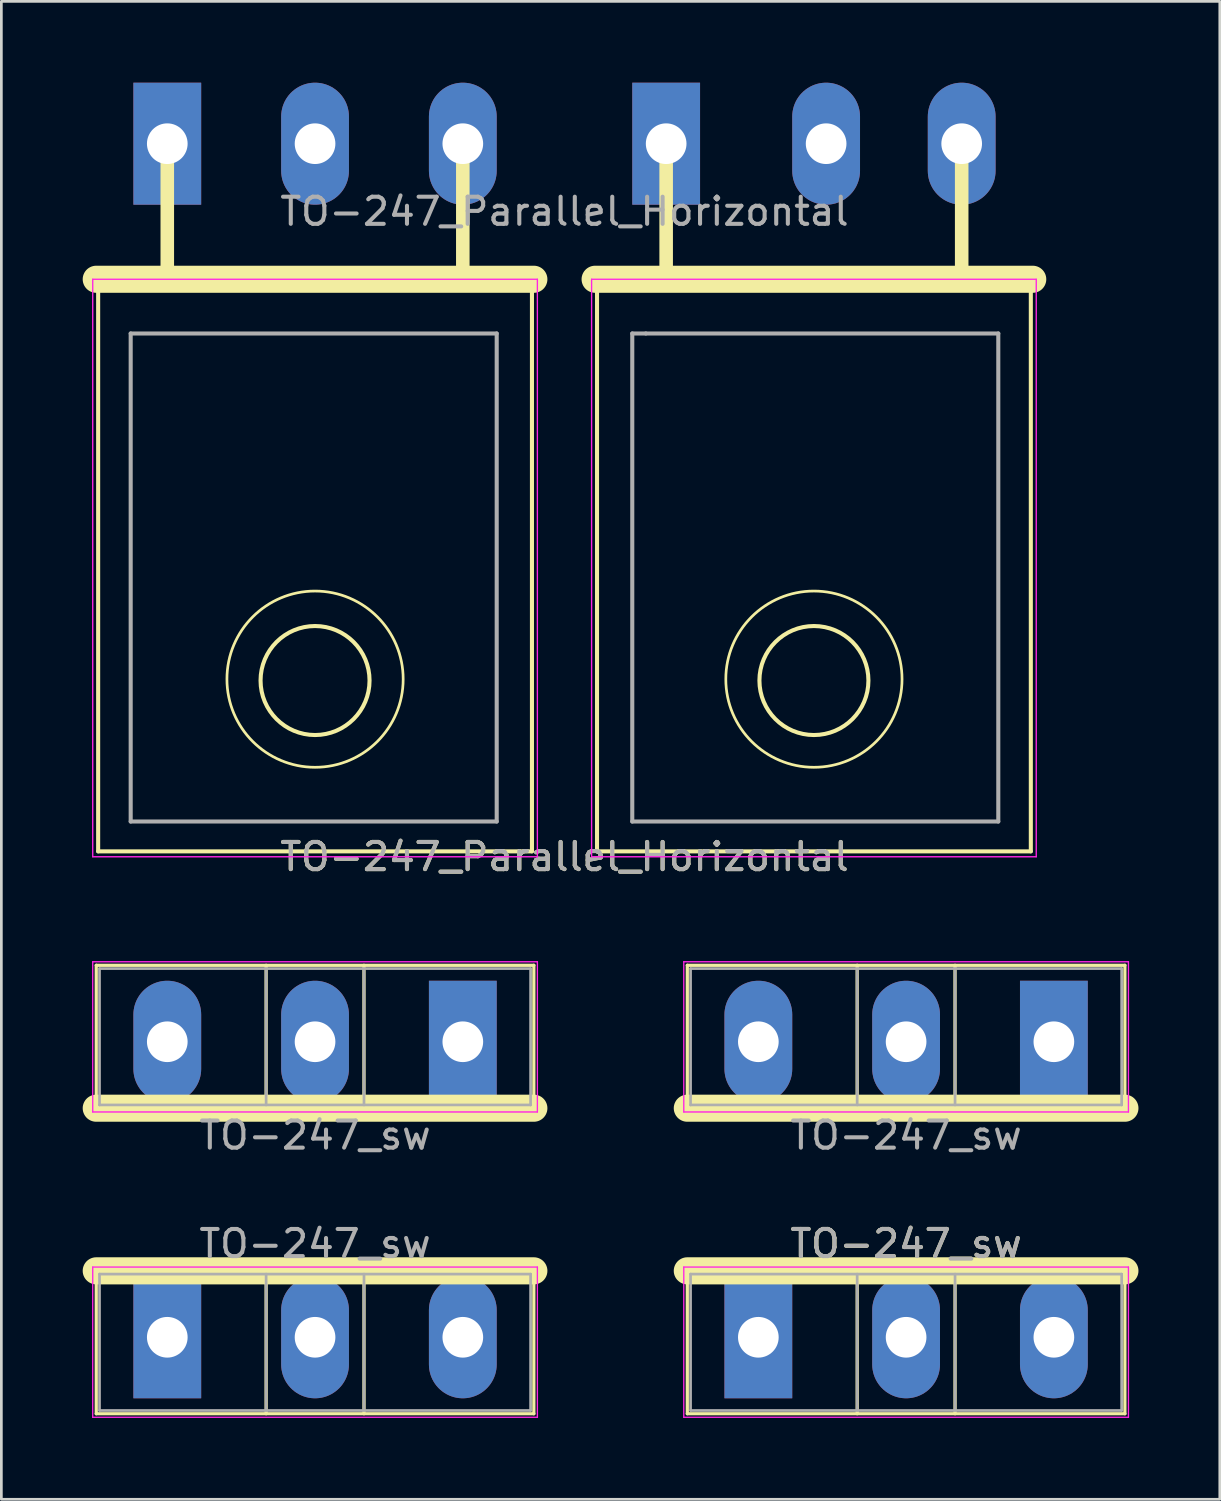
<source format=kicad_pcb>
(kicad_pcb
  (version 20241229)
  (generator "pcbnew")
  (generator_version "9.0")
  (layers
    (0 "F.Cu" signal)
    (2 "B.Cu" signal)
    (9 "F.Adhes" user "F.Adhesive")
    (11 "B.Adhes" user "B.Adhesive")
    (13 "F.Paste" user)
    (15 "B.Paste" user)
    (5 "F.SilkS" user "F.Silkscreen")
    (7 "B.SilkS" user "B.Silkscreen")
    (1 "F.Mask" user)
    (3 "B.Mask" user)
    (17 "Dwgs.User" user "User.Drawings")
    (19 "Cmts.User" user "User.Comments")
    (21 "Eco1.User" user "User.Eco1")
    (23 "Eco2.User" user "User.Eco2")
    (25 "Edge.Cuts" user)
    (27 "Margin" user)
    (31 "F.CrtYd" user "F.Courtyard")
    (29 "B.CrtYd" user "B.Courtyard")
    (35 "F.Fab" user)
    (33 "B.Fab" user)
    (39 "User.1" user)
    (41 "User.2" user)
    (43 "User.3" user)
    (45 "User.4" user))
  (footprint "TO-247_sw"
    (layer "F.Cu")
    (at 19.47 40.823)
    (property "Reference" "TO-247_sw" (at 10.9 2 0) (layer "F.SilkS") (effects (font (size 1 1) (thickness 0.15))))
    (attr through_hole)
    (fp_line (start -18.97 -2.999) (end -18.97 -8.27) (stroke (width 0.12) (type solid)) (layer "F.SilkS"))
    (fp_line (start -18.97 2.999) (end -18.97 8.27) (stroke (width 0.12) (type solid)) (layer "F.SilkS"))
    (fp_line (start -18.97 2.999) (end -2.83 2.999) (stroke (width 1) (type solid)) (layer "F.SilkS"))
    (fp_line (start -18.97 8.27) (end -2.83 8.27) (stroke (width 0.12) (type solid)) (layer "F.SilkS"))
    (fp_line (start -12.705 -2.999) (end -12.705 -8.27) (stroke (width 0.12) (type solid)) (layer "F.SilkS"))
    (fp_line (start -12.704 2.999) (end -12.704 8.27) (stroke (width 0.12) (type solid)) (layer "F.SilkS"))
    (fp_line (start -9.096 -2.999) (end -9.096 -8.27) (stroke (width 0.12) (type solid)) (layer "F.SilkS"))
    (fp_line (start -9.095 2.999) (end -9.095 8.27) (stroke (width 0.12) (type solid)) (layer "F.SilkS"))
    (fp_line (start -2.83 -8.27) (end -18.97 -8.27) (stroke (width 0.12) (type solid)) (layer "F.SilkS"))
    (fp_line (start -2.83 -2.999) (end -18.97 -2.999) (stroke (width 1) (type solid)) (layer "F.SilkS"))
    (fp_line (start -2.83 -2.999) (end -2.83 -8.27) (stroke (width 0.12) (type solid)) (layer "F.SilkS"))
    (fp_line (start -2.83 2.999) (end -2.83 8.27) (stroke (width 0.12) (type solid)) (layer "F.SilkS"))
    (fp_line (start 2.83 -2.999) (end 2.83 -8.27) (stroke (width 0.12) (type solid)) (layer "F.SilkS"))
    (fp_line (start 2.83 2.999) (end 2.83 8.27) (stroke (width 0.12) (type solid)) (layer "F.SilkS"))
    (fp_line (start 2.83 2.999) (end 18.97 2.999) (stroke (width 1) (type solid)) (layer "F.SilkS"))
    (fp_line (start 2.83 8.27) (end 18.97 8.27) (stroke (width 0.12) (type solid)) (layer "F.SilkS"))
    (fp_line (start 9.095 -2.999) (end 9.095 -8.27) (stroke (width 0.12) (type solid)) (layer "F.SilkS"))
    (fp_line (start 9.096 2.999) (end 9.096 8.27) (stroke (width 0.12) (type solid)) (layer "F.SilkS"))
    (fp_line (start 12.704 -2.999) (end 12.704 -8.27) (stroke (width 0.12) (type solid)) (layer "F.SilkS"))
    (fp_line (start 12.705 2.999) (end 12.705 8.27) (stroke (width 0.12) (type solid)) (layer "F.SilkS"))
    (fp_line (start 18.97 -8.27) (end 2.83 -8.27) (stroke (width 0.12) (type solid)) (layer "F.SilkS"))
    (fp_line (start 18.97 -2.999) (end 2.83 -2.999) (stroke (width 1) (type solid)) (layer "F.SilkS"))
    (fp_line (start 18.97 -2.999) (end 18.97 -8.27) (stroke (width 0.12) (type solid)) (layer "F.SilkS"))
    (fp_line (start 18.97 2.999) (end 18.97 8.27) (stroke (width 0.12) (type solid)) (layer "F.SilkS"))
    (fp_line (start -19.1 -8.4) (end -19.1 -2.86) (stroke (width 0.05) (type solid)) (layer "F.CrtYd"))
    (fp_line (start -19.1 -2.86) (end -2.7 -2.86) (stroke (width 0.05) (type solid)) (layer "F.CrtYd"))
    (fp_line (start -19.1 2.86) (end -19.1 8.4) (stroke (width 0.05) (type solid)) (layer "F.CrtYd"))
    (fp_line (start -19.1 8.4) (end -2.7 8.4) (stroke (width 0.05) (type solid)) (layer "F.CrtYd"))
    (fp_line (start -2.7 -8.4) (end -19.1 -8.4) (stroke (width 0.05) (type solid)) (layer "F.CrtYd"))
    (fp_line (start -2.7 -2.86) (end -2.7 -8.4) (stroke (width 0.05) (type solid)) (layer "F.CrtYd"))
    (fp_line (start -2.7 2.86) (end -19.1 2.86) (stroke (width 0.05) (type solid)) (layer "F.CrtYd"))
    (fp_line (start -2.7 8.4) (end -2.7 2.86) (stroke (width 0.05) (type solid)) (layer "F.CrtYd"))
    (fp_line (start 2.7 -8.4) (end 2.7 -2.86) (stroke (width 0.05) (type solid)) (layer "F.CrtYd"))
    (fp_line (start 2.7 -2.86) (end 19.1 -2.86) (stroke (width 0.05) (type solid)) (layer "F.CrtYd"))
    (fp_line (start 2.7 2.86) (end 2.7 8.4) (stroke (width 0.05) (type solid)) (layer "F.CrtYd"))
    (fp_line (start 2.7 8.4) (end 19.1 8.4) (stroke (width 0.05) (type solid)) (layer "F.CrtYd"))
    (fp_line (start 19.1 -8.4) (end 2.7 -8.4) (stroke (width 0.05) (type solid)) (layer "F.CrtYd"))
    (fp_line (start 19.1 -2.86) (end 19.1 -8.4) (stroke (width 0.05) (type solid)) (layer "F.CrtYd"))
    (fp_line (start 19.1 2.86) (end 2.7 2.86) (stroke (width 0.05) (type solid)) (layer "F.CrtYd"))
    (fp_line (start 19.1 8.4) (end 19.1 2.86) (stroke (width 0.05) (type solid)) (layer "F.CrtYd"))
    (fp_line (start -18.85 -8.15) (end -18.85 -3.12) (stroke (width 0.1) (type solid)) (layer "F.Fab"))
    (fp_line (start -18.85 -3.12) (end -2.95 -3.12) (stroke (width 0.1) (type solid)) (layer "F.Fab"))
    (fp_line (start -18.85 3.12) (end -18.85 8.15) (stroke (width 0.1) (type solid)) (layer "F.Fab"))
    (fp_line (start -18.85 8.15) (end -2.95 8.15) (stroke (width 0.1) (type solid)) (layer "F.Fab"))
    (fp_line (start -12.705 -3.12) (end -12.705 -8.15) (stroke (width 0.1) (type solid)) (layer "F.Fab"))
    (fp_line (start -12.705 3.12) (end -12.705 8.15) (stroke (width 0.1) (type solid)) (layer "F.Fab"))
    (fp_line (start -9.095 -3.12) (end -9.095 -8.15) (stroke (width 0.1) (type solid)) (layer "F.Fab"))
    (fp_line (start -9.095 3.12) (end -9.095 8.15) (stroke (width 0.1) (type solid)) (layer "F.Fab"))
    (fp_line (start -2.95 -8.15) (end -18.85 -8.15) (stroke (width 0.1) (type solid)) (layer "F.Fab"))
    (fp_line (start -2.95 -3.12) (end -2.95 -8.15) (stroke (width 0.1) (type solid)) (layer "F.Fab"))
    (fp_line (start -2.95 3.12) (end -18.85 3.12) (stroke (width 0.1) (type solid)) (layer "F.Fab"))
    (fp_line (start -2.95 8.15) (end -2.95 3.12) (stroke (width 0.1) (type solid)) (layer "F.Fab"))
    (fp_line (start 2.95 -8.15) (end 2.95 -3.12) (stroke (width 0.1) (type solid)) (layer "F.Fab"))
    (fp_line (start 2.95 -3.12) (end 18.85 -3.12) (stroke (width 0.1) (type solid)) (layer "F.Fab"))
    (fp_line (start 2.95 3.12) (end 2.95 8.15) (stroke (width 0.1) (type solid)) (layer "F.Fab"))
    (fp_line (start 2.95 8.15) (end 18.85 8.15) (stroke (width 0.1) (type solid)) (layer "F.Fab"))
    (fp_line (start 9.095 -3.12) (end 9.095 -8.15) (stroke (width 0.1) (type solid)) (layer "F.Fab"))
    (fp_line (start 9.095 3.12) (end 9.095 8.15) (stroke (width 0.1) (type solid)) (layer "F.Fab"))
    (fp_line (start 12.705 -3.12) (end 12.705 -8.15) (stroke (width 0.1) (type solid)) (layer "F.Fab"))
    (fp_line (start 12.705 3.12) (end 12.705 8.15) (stroke (width 0.1) (type solid)) (layer "F.Fab"))
    (fp_line (start 18.85 -8.15) (end 2.95 -8.15) (stroke (width 0.1) (type solid)) (layer "F.Fab"))
    (fp_line (start 18.85 -3.12) (end 18.85 -8.15) (stroke (width 0.1) (type solid)) (layer "F.Fab"))
    (fp_line (start 18.85 3.12) (end 2.95 3.12) (stroke (width 0.1) (type solid)) (layer "F.Fab"))
    (fp_line (start 18.85 8.15) (end 18.85 3.12) (stroke (width 0.1) (type solid)) (layer "F.Fab"))
    (fp_text user "${REFERENCE}" (at -10.9 -2 180) (layer "F.Fab") (effects (font (size 1 1) (thickness 0.15))))
    (fp_text user "${REFERENCE}" (at 10.9 -2 180) (layer "F.Fab") (effects (font (size 1 1) (thickness 0.15))))
    (fp_text user "${REFERENCE}" (at -10.9 2 0) (layer "F.Fab") (effects (font (size 1 1) (thickness 0.15))))
    (fp_text user "${REFERENCE}" (at 10.9 2 0) (layer "F.Fab") (effects (font (size 1 1) (thickness 0.15))))
    (pad "D" thru_hole oval (at -10.9 -5.45 180) (size 2.5 4.5) (drill 1.5) (layers "*.Cu" "*.Mask"))
    (pad "D" thru_hole oval (at -10.9 5.45) (size 2.5 4.5) (drill 1.5) (layers "*.Cu" "*.Mask"))
    (pad "D" thru_hole oval (at 10.9 -5.45 180) (size 2.5 4.5) (drill 1.5) (layers "*.Cu" "*.Mask"))
    (pad "D" thru_hole oval (at 10.9 5.45) (size 2.5 4.5) (drill 1.5) (layers "*.Cu" "*.Mask"))
    (pad "G1" thru_hole rect (at -16.35 5.45) (size 2.5 4.5) (drill 1.5) (layers "*.Cu" "*.Mask"))
    (pad "G1" thru_hole rect (at 16.35 -5.45 180) (size 2.5 4.5) (drill 1.5) (layers "*.Cu" "*.Mask"))
    (pad "G2" thru_hole rect (at -5.45 -5.45 180) (size 2.5 4.5) (drill 1.5) (layers "*.Cu" "*.Mask"))
    (pad "G2" thru_hole rect (at 5.45 5.45) (size 2.5 4.5) (drill 1.5) (layers "*.Cu" "*.Mask"))
    (pad "S1" thru_hole oval (at -16.35 -5.45 180) (size 2.5 4.5) (drill 1.5) (layers "*.Cu" "*.Mask"))
    (pad "S1" thru_hole oval (at -5.45 5.45) (size 2.5 4.5) (drill 1.5) (layers "*.Cu" "*.Mask"))
    (pad "S2" thru_hole oval (at 5.45 -5.45 180) (size 2.5 4.5) (drill 1.5) (layers "*.Cu" "*.Mask"))
    (pad "S2" thru_hole oval (at 16.35 5.45) (size 2.5 4.5) (drill 1.5) (layers "*.Cu" "*.Mask")))
  (footprint "TO-247_Parallel_Horizontal"
    (layer "F.Cu")
    (at 17.77 14.2)
    (property "Reference" "TO-247_Parallel_Horizontal" (at 0 14.35 0) (layer "F.SilkS") (effects (font (size 1 1) (thickness 0.15))))
    (attr through_hole)
    (fp_line (start -17.2 -6.95) (end -17.2 14.15) (stroke (width 0.15) (type solid)) (layer "F.SilkS"))
    (fp_line (start -14.65 -11.95) (end -14.65 -6.95) (stroke (width 0.5) (type solid)) (layer "F.SilkS"))
    (fp_line (start -3.75 -11.95) (end -3.75 -6.95) (stroke (width 0.5) (type solid)) (layer "F.SilkS"))
    (fp_line (start -1.2 -6.95) (end -1.2 14.15) (stroke (width 0.15) (type solid)) (layer "F.SilkS"))
    (fp_line (start -1.2 14.15) (end -17.2 14.15) (stroke (width 0.15) (type solid)) (layer "F.SilkS"))
    (fp_line (start -1.13 -6.95) (end -17.27 -6.95) (stroke (width 1) (type solid)) (layer "F.SilkS"))
    (fp_line (start 1.2 -6.95) (end 1.2 14.15) (stroke (width 0.15) (type solid)) (layer "F.SilkS"))
    (fp_line (start 3.75 -11.95) (end 3.75 -6.95) (stroke (width 0.5) (type solid)) (layer "F.SilkS"))
    (fp_line (start 14.65 -11.95) (end 14.65 -6.95) (stroke (width 0.5) (type solid)) (layer "F.SilkS"))
    (fp_line (start 17.2 -6.95) (end 17.2 14.15) (stroke (width 0.15) (type solid)) (layer "F.SilkS"))
    (fp_line (start 17.2 14.15) (end 1.2 14.15) (stroke (width 0.15) (type solid)) (layer "F.SilkS"))
    (fp_line (start 17.27 -6.95) (end 1.13 -6.95) (stroke (width 1) (type solid)) (layer "F.SilkS"))
    (fp_circle (center -9.2 7.8) (end -6.2 9.05) (stroke (width 0.1) (type solid)) (fill no) (layer "F.SilkS"))
    (fp_circle (center -9.2 7.85) (end -7.2 8.05) (stroke (width 0.15) (type solid)) (fill no) (layer "F.SilkS"))
    (fp_circle (center 9.2 7.8) (end 12.2 9.05) (stroke (width 0.1) (type solid)) (fill no) (layer "F.SilkS"))
    (fp_circle (center 9.2 7.85) (end 11.2 8.05) (stroke (width 0.15) (type solid)) (fill no) (layer "F.SilkS"))
    (fp_line (start -17.4 -6.95) (end -1 -6.95) (stroke (width 0.05) (type solid)) (layer "F.CrtYd"))
    (fp_line (start -17.4 14.35) (end -17.4 -6.95) (stroke (width 0.05) (type solid)) (layer "F.CrtYd"))
    (fp_line (start -1 -6.95) (end -1 14.35) (stroke (width 0.05) (type solid)) (layer "F.CrtYd"))
    (fp_line (start -1 14.35) (end -17.4 14.35) (stroke (width 0.05) (type solid)) (layer "F.CrtYd"))
    (fp_line (start 1 -6.95) (end 17.4 -6.95) (stroke (width 0.05) (type solid)) (layer "F.CrtYd"))
    (fp_line (start 1 14.35) (end 1 -6.95) (stroke (width 0.05) (type solid)) (layer "F.CrtYd"))
    (fp_line (start 17.4 -6.95) (end 17.4 14.35) (stroke (width 0.05) (type solid)) (layer "F.CrtYd"))
    (fp_line (start 17.4 14.35) (end 1 14.35) (stroke (width 0.05) (type solid)) (layer "F.CrtYd"))
    (fp_line (start -16 -4.95) (end -16 13.05) (stroke (width 0.15) (type solid)) (layer "F.Fab"))
    (fp_line (start -16 13.05) (end -2.5 13.05) (stroke (width 0.15) (type solid)) (layer "F.Fab"))
    (fp_line (start -2.5 -4.95) (end -16 -4.95) (stroke (width 0.15) (type solid)) (layer "F.Fab"))
    (fp_line (start -2.5 13.05) (end -2.5 -4.95) (stroke (width 0.15) (type solid)) (layer "F.Fab"))
    (fp_line (start 2.5 -4.95) (end 2.5 13.05) (stroke (width 0.15) (type solid)) (layer "F.Fab"))
    (fp_line (start 2.5 13.05) (end 16 13.05) (stroke (width 0.15) (type solid)) (layer "F.Fab"))
    (fp_line (start 3 -4.95) (end 2.5 -4.95) (stroke (width 0.15) (type solid)) (layer "F.Fab"))
    (fp_line (start 16 -4.95) (end 3 -4.95) (stroke (width 0.15) (type solid)) (layer "F.Fab"))
    (fp_line (start 16 13.05) (end 16 -4.95) (stroke (width 0.15) (type solid)) (layer "F.Fab"))
    (fp_text user "${REFERENCE}" (at 0 -9.45 0) (layer "F.Fab") (effects (font (size 1 1) (thickness 0.15))))
    (fp_text user "${REFERENCE}" (at 0 14.35 180) (layer "F.Fab") (effects (font (size 1 1) (thickness 0.15))))
    (pad "D" thru_hole oval (at -9.2 -11.95) (size 2.5 4.5) (drill 1.5) (layers "*.Cu" "*.Mask"))
    (pad "D" thru_hole oval (at 9.65 -11.95) (size 2.5 4.5) (drill 1.5) (layers "*.Cu" "*.Mask"))
    (pad "Ga" thru_hole rect (at -14.65 -11.95) (size 2.5 4.5) (drill 1.5) (layers "*.Cu" "*.Mask"))
    (pad "Gb" thru_hole rect (at 3.75 -11.95) (size 2.5 4.5) (drill 1.5) (layers "*.Cu" "*.Mask"))
    (pad "S" thru_hole oval (at -3.75 -11.95) (size 2.5 4.5) (drill 1.5) (layers "*.Cu" "*.Mask"))
    (pad "S" thru_hole oval (at 14.65 -11.95) (size 2.5 4.5) (drill 1.5) (layers "*.Cu" "*.Mask")))
  (gr_rect
    (start -3 -3)
    (end 41.94 52.248)
    (stroke (width 0.1) (type default))
    (fill no)
    (layer "Edge.Cuts")))
</source>
